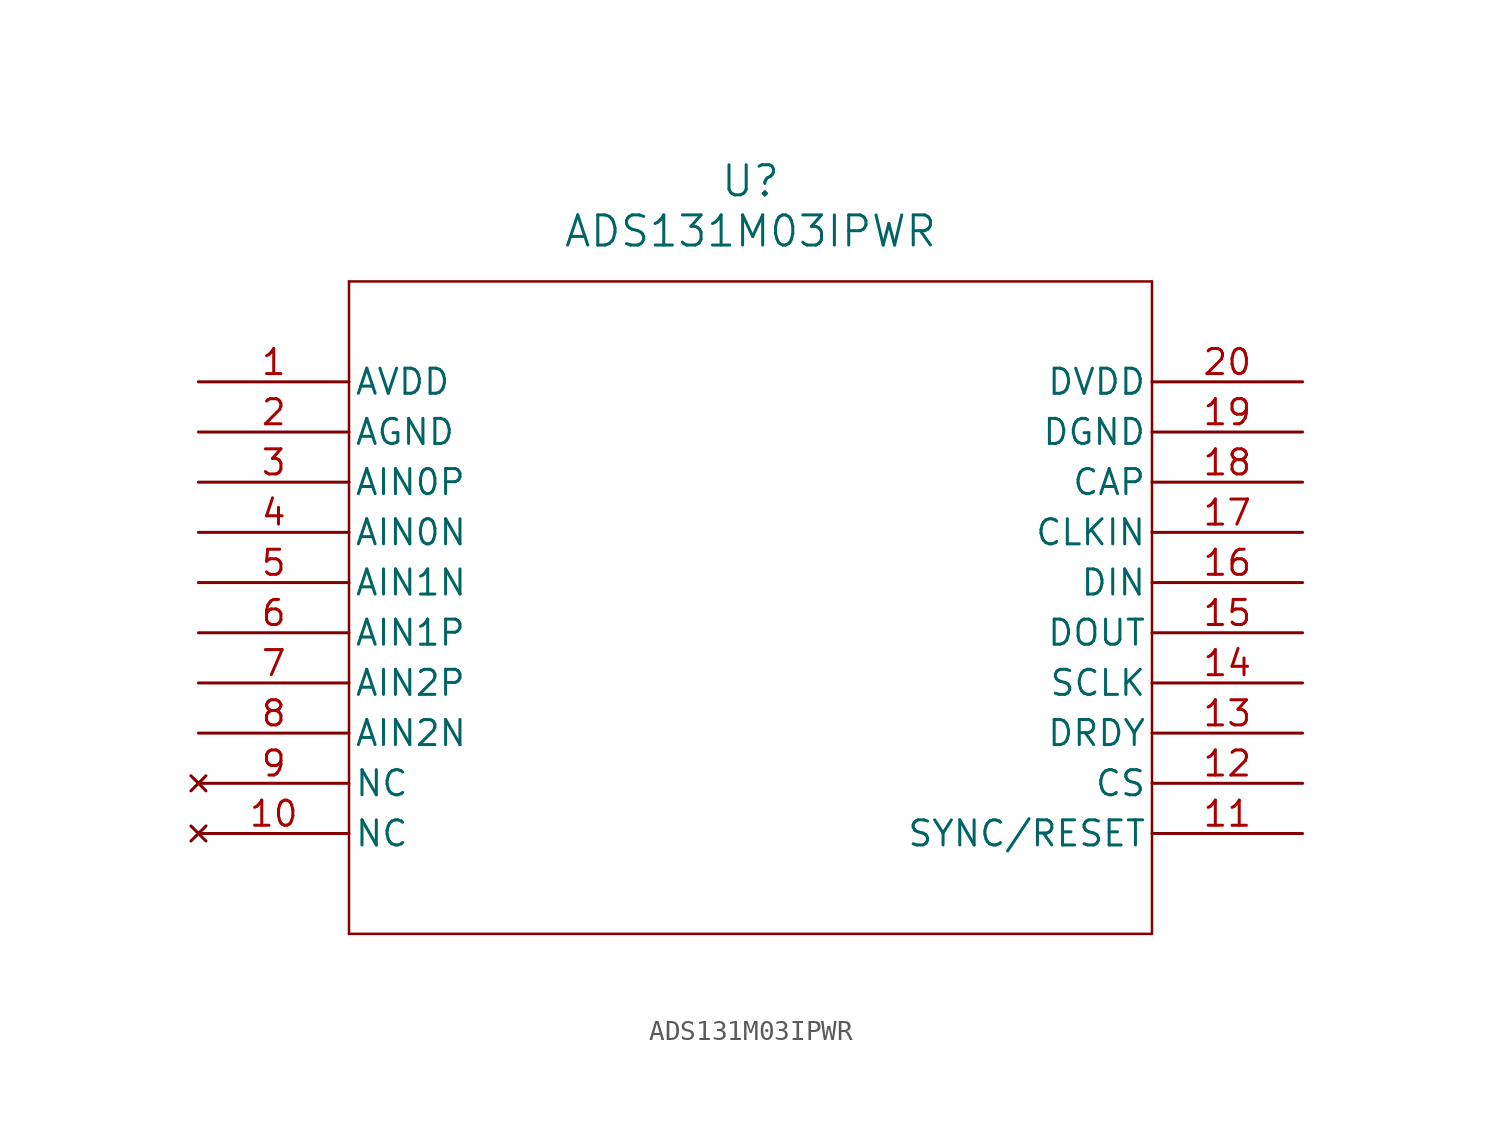
<source format=kicad_sym>
(kicad_symbol_lib
  (version 20211014)
  (generator kicad_symbol_editor)
  (symbol "ADS131M03IPWR"
    (pin_names
      (offset 0.254))
    (property "Reference" "U"
      (at 27.94 10.16 0)
      (effects (font (size 1.524 1.524))))
    (property "Value" "ADS131M03IPWR"
      (at 27.94 7.62 0)
      (effects (font (size 1.524 1.524))))
    (symbol "ADS131M03IPWR_0_1"
      (polyline (pts (xy 7.62 5.08) (xy 7.62 -27.94)) (stroke (width 0.127) (type default) (color 0 0 0 0)) (fill (type none)))
      (polyline (pts (xy 7.62 -27.94) (xy 48.26 -27.94)) (stroke (width 0.127) (type default) (color 0 0 0 0)) (fill (type none)))
      (polyline (pts (xy 48.26 -27.94) (xy 48.26 5.08)) (stroke (width 0.127) (type default) (color 0 0 0 0)) (fill (type none)))
      (polyline (pts (xy 48.26 5.08) (xy 7.62 5.08)) (stroke (width 0.127) (type default) (color 0 0 0 0)) (fill (type none)))
      (pin unspecified line (at 0 0 0) (length 7.62) (name "AVDD" (effects (font (size 1.27 1.27)))) (number "1" (effects (font (size 1.27 1.27)))))
      (pin power_out line (at 0 -2.54 0) (length 7.62) (name "AGND" (effects (font (size 1.27 1.27)))) (number "2" (effects (font (size 1.27 1.27)))))
      (pin input line (at 0 -5.08 0) (length 7.62) (name "AIN0P" (effects (font (size 1.27 1.27)))) (number "3" (effects (font (size 1.27 1.27)))))
      (pin input line (at 0 -7.62 0) (length 7.62) (name "AIN0N" (effects (font (size 1.27 1.27)))) (number "4" (effects (font (size 1.27 1.27)))))
      (pin input line (at 0 -10.16 0) (length 7.62) (name "AIN1N" (effects (font (size 1.27 1.27)))) (number "5" (effects (font (size 1.27 1.27)))))
      (pin input line (at 0 -12.7 0) (length 7.62) (name "AIN1P" (effects (font (size 1.27 1.27)))) (number "6" (effects (font (size 1.27 1.27)))))
      (pin input line (at 0 -15.24 0) (length 7.62) (name "AIN2P" (effects (font (size 1.27 1.27)))) (number "7" (effects (font (size 1.27 1.27)))))
      (pin input line (at 0 -17.78 0) (length 7.62) (name "AIN2N" (effects (font (size 1.27 1.27)))) (number "8" (effects (font (size 1.27 1.27)))))
      (pin no_connect line (at 0 -20.32 0) (length 7.62) (name "NC" (effects (font (size 1.27 1.27)))) (number "9" (effects (font (size 1.27 1.27)))))
      (pin no_connect line (at 0 -22.86 0) (length 7.62) (name "NC" (effects (font (size 1.27 1.27)))) (number "10" (effects (font (size 1.27 1.27)))))
      (pin input line (at 55.88 -22.86 180) (length 7.62) (name "SYNC/RESET" (effects (font (size 1.27 1.27)))) (number "11" (effects (font (size 1.27 1.27)))))
      (pin input line (at 55.88 -20.32 180) (length 7.62) (name "CS" (effects (font (size 1.27 1.27)))) (number "12" (effects (font (size 1.27 1.27)))))
      (pin output line (at 55.88 -17.78 180) (length 7.62) (name "DRDY" (effects (font (size 1.27 1.27)))) (number "13" (effects (font (size 1.27 1.27)))))
      (pin input line (at 55.88 -15.24 180) (length 7.62) (name "SCLK" (effects (font (size 1.27 1.27)))) (number "14" (effects (font (size 1.27 1.27)))))
      (pin output line (at 55.88 -12.7 180) (length 7.62) (name "DOUT" (effects (font (size 1.27 1.27)))) (number "15" (effects (font (size 1.27 1.27)))))
      (pin input line (at 55.88 -10.16 180) (length 7.62) (name "DIN" (effects (font (size 1.27 1.27)))) (number "16" (effects (font (size 1.27 1.27)))))
      (pin input line (at 55.88 -7.62 180) (length 7.62) (name "CLKIN" (effects (font (size 1.27 1.27)))) (number "17" (effects (font (size 1.27 1.27)))))
      (pin output line (at 55.88 -5.08 180) (length 7.62) (name "CAP" (effects (font (size 1.27 1.27)))) (number "18" (effects (font (size 1.27 1.27)))))
      (pin power_out line (at 55.88 -2.54 180) (length 7.62) (name "DGND" (effects (font (size 1.27 1.27)))) (number "19" (effects (font (size 1.27 1.27)))))
      (pin power_in line (at 55.88 0 180) (length 7.62) (name "DVDD" (effects (font (size 1.27 1.27)))) (number "20" (effects (font (size 1.27 1.27))))))))
</source>
